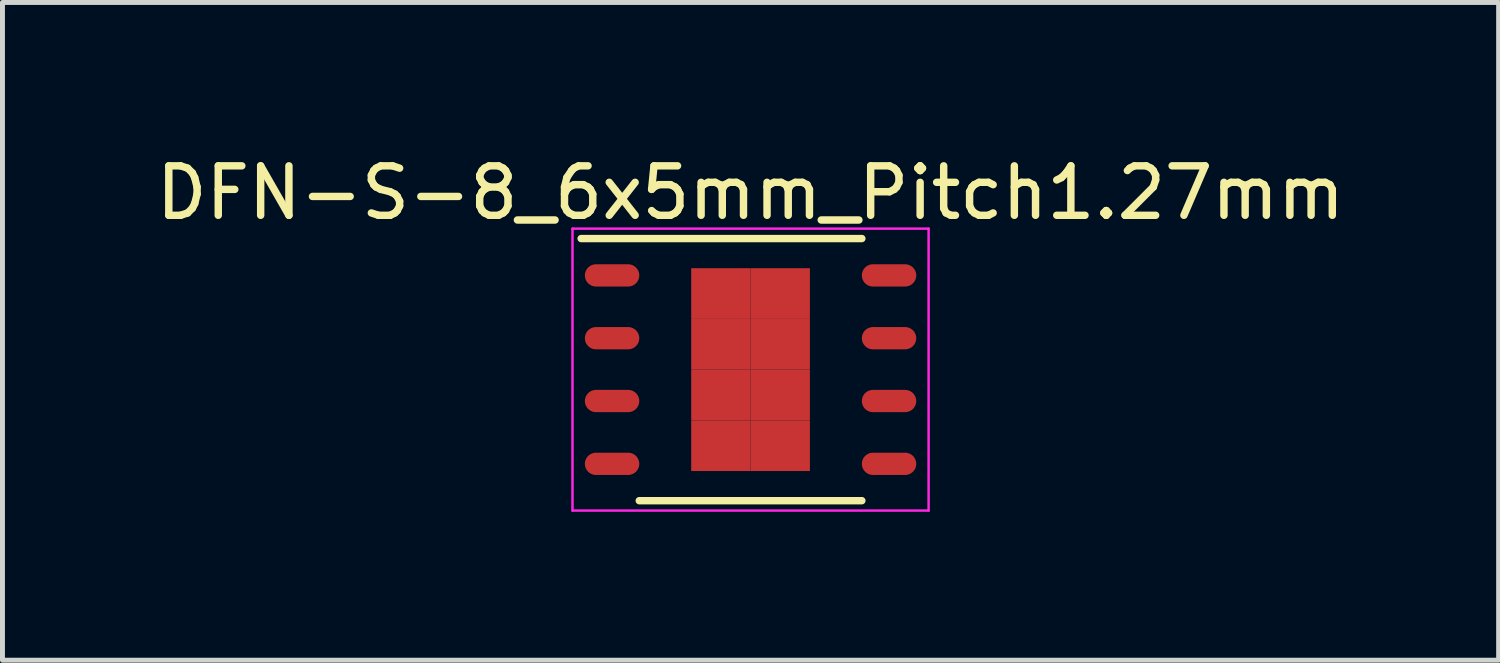
<source format=kicad_pcb>
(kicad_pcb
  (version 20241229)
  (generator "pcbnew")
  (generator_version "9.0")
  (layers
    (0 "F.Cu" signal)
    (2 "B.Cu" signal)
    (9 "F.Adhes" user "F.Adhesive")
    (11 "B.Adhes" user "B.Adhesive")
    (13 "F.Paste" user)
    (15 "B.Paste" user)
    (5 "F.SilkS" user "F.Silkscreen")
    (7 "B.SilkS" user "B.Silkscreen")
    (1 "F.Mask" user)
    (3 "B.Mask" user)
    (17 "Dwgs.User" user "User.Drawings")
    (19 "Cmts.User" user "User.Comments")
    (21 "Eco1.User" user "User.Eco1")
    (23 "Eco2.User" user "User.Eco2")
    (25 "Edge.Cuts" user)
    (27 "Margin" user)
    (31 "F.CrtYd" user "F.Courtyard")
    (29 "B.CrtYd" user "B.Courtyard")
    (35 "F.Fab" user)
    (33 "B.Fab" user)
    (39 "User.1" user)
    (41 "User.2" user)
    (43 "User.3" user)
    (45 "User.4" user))
  (footprint "DFN-S-8_6x5mm_Pitch1.27mm"
    (layer "F.Cu")
    (at 12.125 4.423)
    (property "Reference" "DFN-S-8_6x5mm_Pitch1.27mm" (at 0 -3.575 0) (layer "F.SilkS") (effects (font (size 1 1) (thickness 0.15))))
    (attr smd)
    (fp_line (start -3.425 -2.65) (end 2.25 -2.65) (stroke (width 0.15) (type solid)) (layer "F.SilkS"))
    (fp_line (start -2.25 2.65) (end 2.25 2.65) (stroke (width 0.15) (type solid)) (layer "F.SilkS"))
    (fp_line (start -3.6 -2.85) (end -3.6 2.85) (stroke (width 0.05) (type solid)) (layer "F.CrtYd"))
    (fp_line (start -3.6 -2.85) (end 3.6 -2.85) (stroke (width 0.05) (type solid)) (layer "F.CrtYd"))
    (fp_line (start -3.6 2.85) (end 3.6 2.85) (stroke (width 0.05) (type solid)) (layer "F.CrtYd"))
    (fp_line (start 3.6 -2.85) (end 3.6 2.85) (stroke (width 0.05) (type solid)) (layer "F.CrtYd"))
    (pad "1" smd oval (at -2.8 -1.905) (size 1.1 0.45) (layers "F.Cu" "F.Mask" "F.Paste"))
    (pad "2" smd oval (at -2.8 -0.635) (size 1.1 0.45) (layers "F.Cu" "F.Mask" "F.Paste"))
    (pad "3" smd oval (at -2.8 0.635) (size 1.1 0.45) (layers "F.Cu" "F.Mask" "F.Paste"))
    (pad "4" smd oval (at -2.8 1.905) (size 1.1 0.45) (layers "F.Cu" "F.Mask" "F.Paste"))
    (pad "5" smd oval (at 2.8 1.905) (size 1.1 0.45) (layers "F.Cu" "F.Mask" "F.Paste"))
    (pad "6" smd oval (at 2.8 0.635) (size 1.1 0.45) (layers "F.Cu" "F.Mask" "F.Paste"))
    (pad "7" smd oval (at 2.8 -0.635) (size 1.1 0.45) (layers "F.Cu" "F.Mask" "F.Paste"))
    (pad "8" smd oval (at 2.8 -1.905) (size 1.1 0.45) (layers "F.Cu" "F.Mask" "F.Paste"))
    (pad "9" smd rect (at -0.6 -1.538) (size 1.2 1.025) (layers "F.Cu" "F.Mask" "F.Paste"))
    (pad "9" smd rect (at -0.6 -0.512) (size 1.2 1.025) (layers "F.Cu" "F.Mask" "F.Paste"))
    (pad "9" smd rect (at -0.6 0.512) (size 1.2 1.025) (layers "F.Cu" "F.Mask" "F.Paste"))
    (pad "9" smd rect (at -0.6 1.538) (size 1.2 1.025) (layers "F.Cu" "F.Mask" "F.Paste"))
    (pad "9" smd rect (at 0.6 -1.538) (size 1.2 1.025) (layers "F.Cu" "F.Mask" "F.Paste"))
    (pad "9" smd rect (at 0.6 -0.512) (size 1.2 1.025) (layers "F.Cu" "F.Mask" "F.Paste"))
    (pad "9" smd rect (at 0.6 0.512) (size 1.2 1.025) (layers "F.Cu" "F.Mask" "F.Paste"))
    (pad "9" smd rect (at 0.6 1.538) (size 1.2 1.025) (layers "F.Cu" "F.Mask" "F.Paste")))
  (gr_rect
    (start -3 -3)
    (end 27.25 10.298)
    (stroke (width 0.1) (type default))
    (fill no)
    (layer "Edge.Cuts")))
</source>
